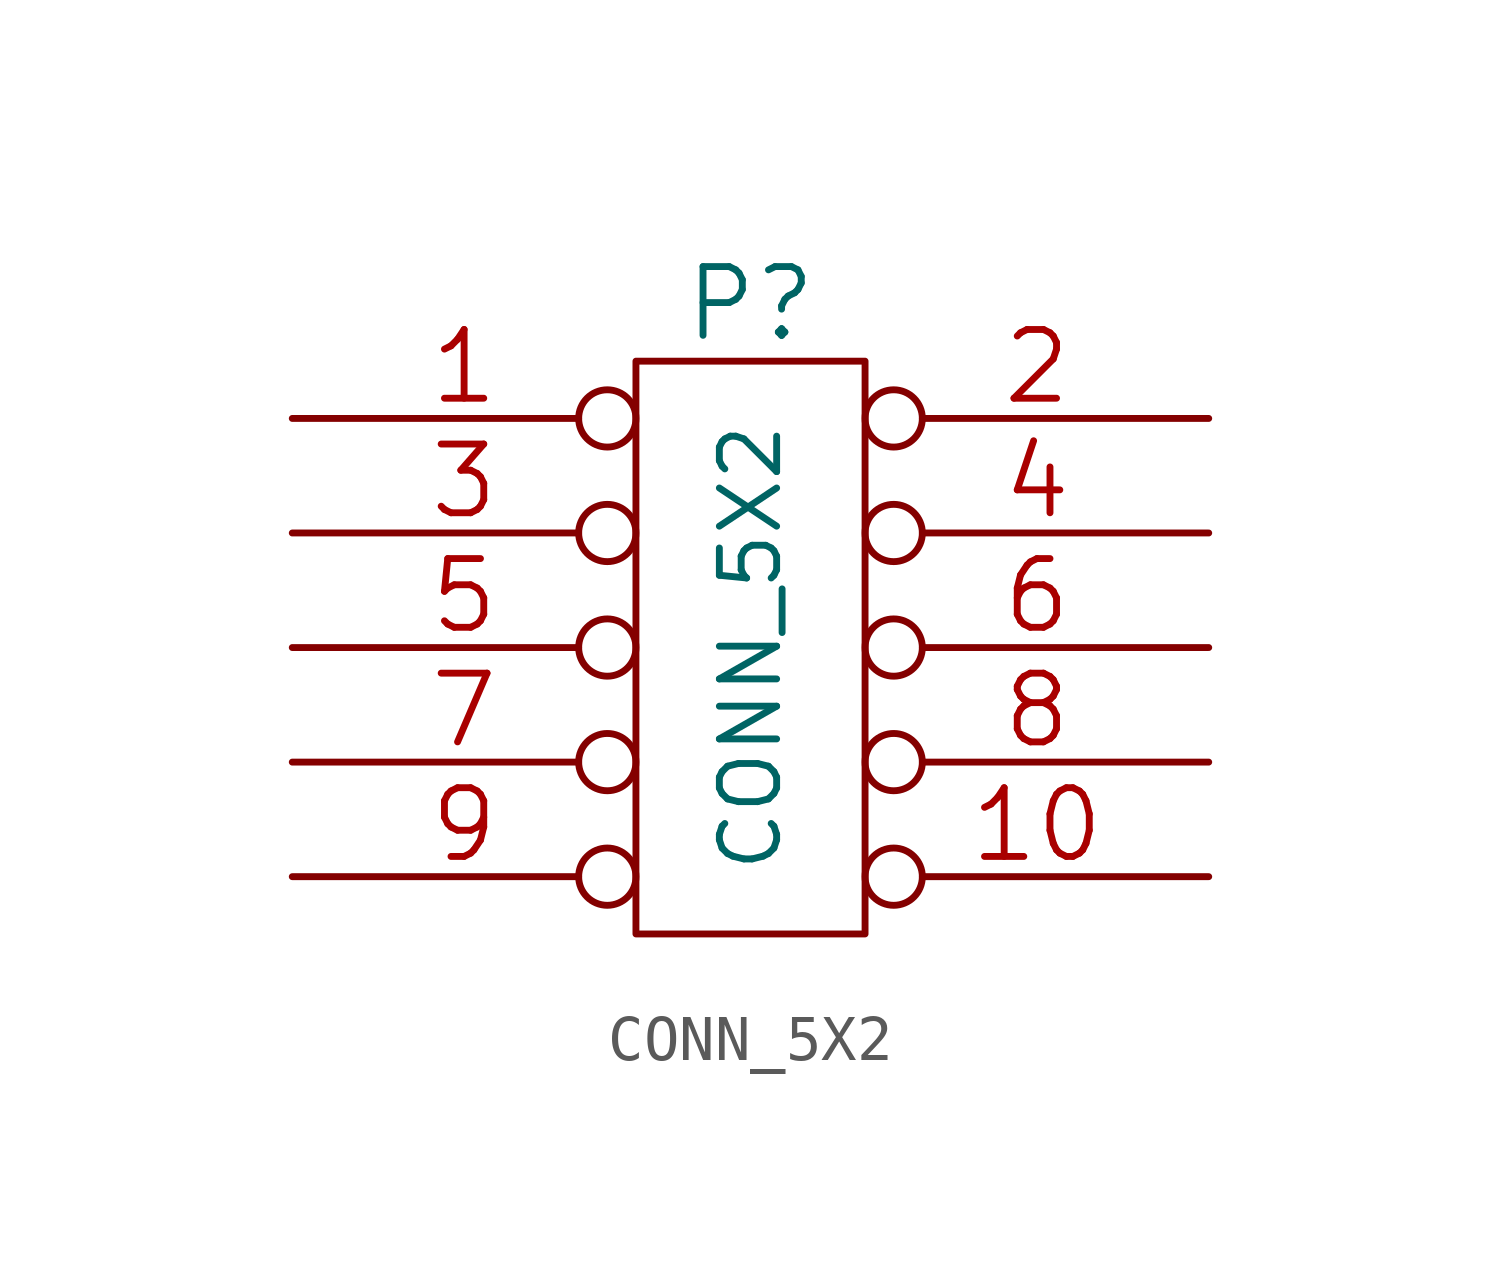
<source format=kicad_sym>
(kicad_symbol_lib
  (version 20231120)
  (generator "kicad_symbol_editor")
  (generator_version "8.0")
  (symbol "CONN_5X2"
    (pin_names
      (offset 1.016))
    (property "Reference" "P"
      (at 0 7.62 0)
      (effects (font (size 1.524 1.524))))
    (property "Value" "CONN_5X2"
      (at 0 0 90)
      (effects (font (size 1.27 1.27))))
    (property "Footprint" ""
      (at 0 0 0)
      (effects (font (size 1.524 1.524))))
    (property "Datasheet" ""
      (at 0 0 0)
      (effects (font (size 1.524 1.524))))
    (symbol "CONN_5X2_0_1"
      (rectangle (start -2.54 6.35) (end 2.54 -6.35) (stroke (width 0) (type solid)) (fill (type none))))
    (symbol "CONN_5X2_1_1"
      (pin passive inverted (at -10.16 5.08 0) (length 7.62) (name "~" (effects (font (size 1.524 1.524)))) (number "1" (effects (font (size 1.524 1.524)))))
      (pin passive inverted (at 10.16 -5.08 180) (length 7.62) (name "~" (effects (font (size 1.524 1.524)))) (number "10" (effects (font (size 1.524 1.524)))))
      (pin passive inverted (at 10.16 5.08 180) (length 7.62) (name "~" (effects (font (size 1.524 1.524)))) (number "2" (effects (font (size 1.524 1.524)))))
      (pin passive inverted (at -10.16 2.54 0) (length 7.62) (name "~" (effects (font (size 1.524 1.524)))) (number "3" (effects (font (size 1.524 1.524)))))
      (pin passive inverted (at 10.16 2.54 180) (length 7.62) (name "~" (effects (font (size 1.524 1.524)))) (number "4" (effects (font (size 1.524 1.524)))))
      (pin passive inverted (at -10.16 0 0) (length 7.62) (name "~" (effects (font (size 1.524 1.524)))) (number "5" (effects (font (size 1.524 1.524)))))
      (pin passive inverted (at 10.16 0 180) (length 7.62) (name "~" (effects (font (size 1.524 1.524)))) (number "6" (effects (font (size 1.524 1.524)))))
      (pin passive inverted (at -10.16 -2.54 0) (length 7.62) (name "~" (effects (font (size 1.524 1.524)))) (number "7" (effects (font (size 1.524 1.524)))))
      (pin passive inverted (at 10.16 -2.54 180) (length 7.62) (name "~" (effects (font (size 1.524 1.524)))) (number "8" (effects (font (size 1.524 1.524)))))
      (pin passive inverted (at -10.16 -5.08 0) (length 7.62) (name "~" (effects (font (size 1.524 1.524)))) (number "9" (effects (font (size 1.524 1.524))))))))
</source>
